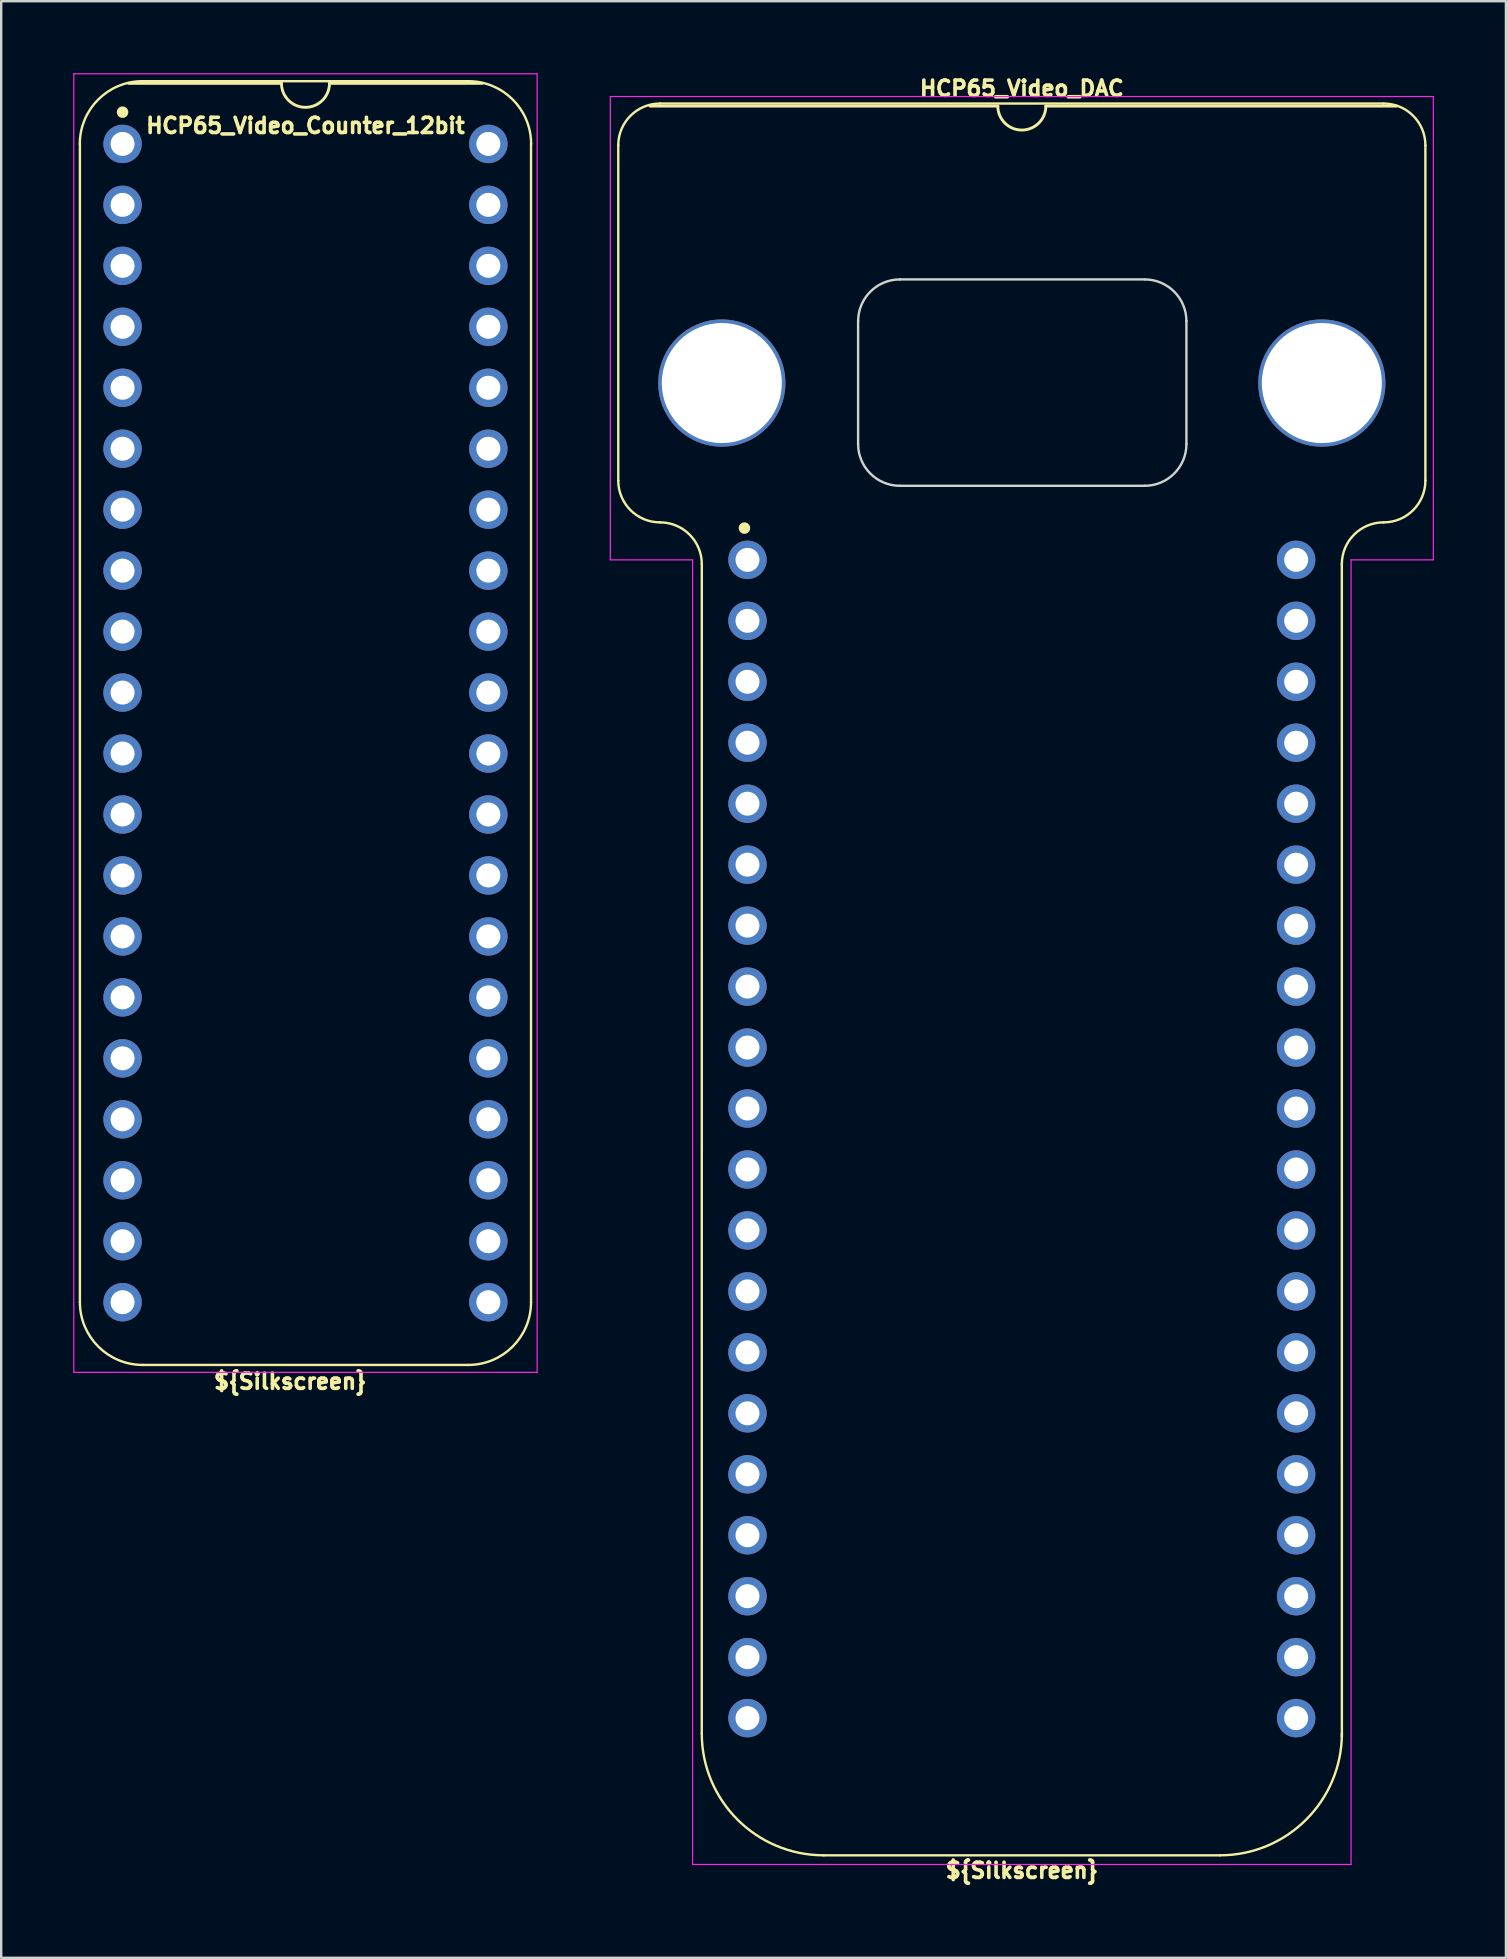
<source format=kicad_pcb>
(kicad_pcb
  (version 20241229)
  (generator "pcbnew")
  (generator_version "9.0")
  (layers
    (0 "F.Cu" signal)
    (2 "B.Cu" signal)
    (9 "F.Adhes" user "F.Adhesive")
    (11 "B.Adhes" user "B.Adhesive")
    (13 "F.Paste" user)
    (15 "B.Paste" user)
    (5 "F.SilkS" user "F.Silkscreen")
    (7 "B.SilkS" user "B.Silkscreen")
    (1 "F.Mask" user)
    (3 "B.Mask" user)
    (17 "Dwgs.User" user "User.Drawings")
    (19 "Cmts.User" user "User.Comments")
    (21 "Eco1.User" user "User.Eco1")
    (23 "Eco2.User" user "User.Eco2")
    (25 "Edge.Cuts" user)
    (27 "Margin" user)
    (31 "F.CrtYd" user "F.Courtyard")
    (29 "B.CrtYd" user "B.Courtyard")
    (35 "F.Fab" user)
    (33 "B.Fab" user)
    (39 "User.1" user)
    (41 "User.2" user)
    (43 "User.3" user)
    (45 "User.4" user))
  (footprint "HCP65_Video_DAC"
    (layer "F.Cu")
    (at 28.094 20.276)
    (property "Reference" "HCP65_Video_DAC" (at 11.43 -19.641 0) (layer "F.SilkS") (effects (font (size 0.635 0.635) (thickness 0.15))))
    (attr through_hole)
    (fp_line (start -5.384 -3.302) (end -5.384 -17.272) (stroke (width 0.1) (type default)) (layer "F.SilkS"))
    (fp_line (start -3.644 -19.013) (end 26.504 -19.013) (stroke (width 0.1) (type default)) (layer "F.SilkS"))
    (fp_line (start -1.903 0.179) (end -1.905 48.895) (stroke (width 0.1) (type solid)) (layer "F.SilkS"))
    (fp_line (start 10.43 -18.907) (end -4.064 -18.907) (stroke (width 0.12) (type solid)) (layer "F.SilkS"))
    (fp_line (start 19.685 53.975) (end 3.175 53.975) (stroke (width 0.1) (type solid)) (layer "F.SilkS"))
    (fp_line (start 24.765 49.022) (end 24.763 0.179) (stroke (width 0.1) (type solid)) (layer "F.SilkS"))
    (fp_line (start 27.051 -18.907) (end 12.43 -18.907) (stroke (width 0.12) (type solid)) (layer "F.SilkS"))
    (fp_line (start 28.244 -3.302) (end 28.244 -17.272) (stroke (width 0.1) (type default)) (layer "F.SilkS"))
    (fp_arc (start -5.384422 -17.272) (mid -4.874607 -18.502804) (end -3.643803 -19.012619) (stroke (width 0.1) (type default)) (layer "F.SilkS"))
    (fp_arc (start -3.643803 -1.561381) (mid -4.874605 -2.071197) (end -5.384422 -3.302) (stroke (width 0.1) (type default)) (layer "F.SilkS"))
    (fp_arc (start -3.643803 -1.561381) (mid -2.413007 -1.051559) (end -1.903184 0.179238) (stroke (width 0.1) (type default)) (layer "F.SilkS"))
    (fp_arc (start 3.175 53.975) (mid -0.417102 52.487102) (end -1.905 48.895) (stroke (width 0.1) (type solid)) (layer "F.SilkS"))
    (fp_arc (start 12.43 -18.907) (mid 11.43 -17.907) (end 10.43 -18.907) (stroke (width 0.12) (type solid)) (layer "F.SilkS"))
    (fp_arc (start 24.763183 0.179239) (mid 25.27298 -1.051583) (end 26.503802 -1.56138) (stroke (width 0.1) (type default)) (layer "F.SilkS"))
    (fp_arc (start 24.765 48.895) (mid 23.277102 52.487102) (end 19.685 53.975) (stroke (width 0.1) (type solid)) (layer "F.SilkS"))
    (fp_arc (start 26.503802 -19.012618) (mid 27.734633 -18.50283) (end 28.244421 -17.271999) (stroke (width 0.1) (type default)) (layer "F.SilkS"))
    (fp_arc (start 28.244421 -3.301999) (mid 27.734635 -2.071167) (end 26.503802 -1.56138) (stroke (width 0.1) (type default)) (layer "F.SilkS"))
    (fp_circle (center -0.127 -1.323) (end 0.053 -1.323) (stroke (width 0.12) (type solid)) (fill yes) (layer "F.SilkS"))
    (fp_line (start 4.609 -9.943) (end 4.609 -4.826) (stroke (width 0.1) (type default)) (layer "Edge.Cuts"))
    (fp_line (start 6.35 -11.684) (end 16.547 -11.684) (stroke (width 0.1) (type default)) (layer "Edge.Cuts"))
    (fp_line (start 16.547 -3.085) (end 6.35 -3.085) (stroke (width 0.1) (type default)) (layer "Edge.Cuts"))
    (fp_line (start 18.288 -9.943) (end 18.288 -4.826) (stroke (width 0.1) (type default)) (layer "Edge.Cuts"))
    (fp_arc (start 4.609381 -9.943381) (mid 5.119204 -11.174177) (end 6.35 -11.684) (stroke (width 0.1) (type default)) (layer "Edge.Cuts"))
    (fp_arc (start 6.35 -3.085381) (mid 5.119204 -3.595204) (end 4.609381 -4.826) (stroke (width 0.1) (type default)) (layer "Edge.Cuts"))
    (fp_arc (start 16.547381 -11.684) (mid 17.778177 -11.174177) (end 18.288 -9.943381) (stroke (width 0.1) (type default)) (layer "Edge.Cuts"))
    (fp_arc (start 18.288 -4.826) (mid 17.778177 -3.595204) (end 16.547381 -3.085381) (stroke (width 0.1) (type default)) (layer "Edge.Cuts"))
    (fp_line (start -5.715 -19.304) (end 28.575 -19.304) (stroke (width 0.05) (type solid)) (layer "F.CrtYd"))
    (fp_line (start -5.715 0) (end -5.715 -19.304) (stroke (width 0.05) (type solid)) (layer "F.CrtYd"))
    (fp_line (start -5.715 0) (end -2.286 0) (stroke (width 0.05) (type solid)) (layer "F.CrtYd"))
    (fp_line (start -2.286 0) (end -2.286 54.356) (stroke (width 0.05) (type solid)) (layer "F.CrtYd"))
    (fp_line (start -2.286 54.356) (end 25.146 54.356) (stroke (width 0.05) (type solid)) (layer "F.CrtYd"))
    (fp_line (start 25.146 0) (end 25.146 54.356) (stroke (width 0.05) (type solid)) (layer "F.CrtYd"))
    (fp_line (start 28.575 0) (end 25.146 0) (stroke (width 0.05) (type solid)) (layer "F.CrtYd"))
    (fp_line (start 28.575 0) (end 28.575 -19.304) (stroke (width 0.05) (type solid)) (layer "F.CrtYd"))
    (fp_text user "${Silkscreen}" (at 11.43 54.61 0) (layer "F.SilkS") (effects (font (size 0.635 0.635) (thickness 0.15))))
    (pad "" np_thru_hole circle (at -1.07 -7.366 180) (size 5.3 5.3) (drill 5) (layers "*.Cu" "*.Mask"))
    (pad "" np_thru_hole circle (at 23.93 -7.366 180) (size 5.3 5.3) (drill 5) (layers "*.Cu" "*.Mask"))
    (pad "1" thru_hole circle (at 0 0) (size 1.6 1.6) (drill 1) (layers "*.Cu" "*.Mask"))
    (pad "2" thru_hole circle (at 0 2.54) (size 1.6 1.6) (drill 1) (layers "*.Cu" "*.Mask"))
    (pad "3" thru_hole circle (at 0 5.08) (size 1.6 1.6) (drill 1) (layers "*.Cu" "*.Mask"))
    (pad "4" thru_hole circle (at 0 7.62) (size 1.6 1.6) (drill 1) (layers "*.Cu" "*.Mask"))
    (pad "5" thru_hole circle (at 0 10.16) (size 1.6 1.6) (drill 1) (layers "*.Cu" "*.Mask"))
    (pad "6" thru_hole circle (at 0 12.7) (size 1.6 1.6) (drill 1) (layers "*.Cu" "*.Mask"))
    (pad "7" thru_hole circle (at 0 15.24) (size 1.6 1.6) (drill 1) (layers "*.Cu" "*.Mask"))
    (pad "8" thru_hole circle (at 0 17.78) (size 1.6 1.6) (drill 1) (layers "*.Cu" "*.Mask"))
    (pad "9" thru_hole circle (at 0 20.32) (size 1.6 1.6) (drill 1) (layers "*.Cu" "*.Mask"))
    (pad "10" thru_hole circle (at 0 22.86) (size 1.6 1.6) (drill 1) (layers "*.Cu" "*.Mask"))
    (pad "11" thru_hole circle (at 0 25.4) (size 1.6 1.6) (drill 1) (layers "*.Cu" "*.Mask"))
    (pad "12" thru_hole circle (at 0 27.94) (size 1.6 1.6) (drill 1) (layers "*.Cu" "*.Mask"))
    (pad "13" thru_hole circle (at 0 30.48) (size 1.6 1.6) (drill 1) (layers "*.Cu" "*.Mask"))
    (pad "14" thru_hole circle (at 0 33.02) (size 1.6 1.6) (drill 1) (layers "*.Cu" "*.Mask"))
    (pad "15" thru_hole circle (at 0 35.56) (size 1.6 1.6) (drill 1) (layers "*.Cu" "*.Mask"))
    (pad "16" thru_hole circle (at 0 38.1) (size 1.6 1.6) (drill 1) (layers "*.Cu" "*.Mask"))
    (pad "17" thru_hole circle (at 0 40.64) (size 1.6 1.6) (drill 1) (layers "*.Cu" "*.Mask"))
    (pad "18" thru_hole circle (at 0 43.18) (size 1.6 1.6) (drill 1) (layers "*.Cu" "*.Mask"))
    (pad "19" thru_hole circle (at 0 45.72) (size 1.6 1.6) (drill 1) (layers "*.Cu" "*.Mask"))
    (pad "20" thru_hole circle (at 0 48.26) (size 1.6 1.6) (drill 1) (layers "*.Cu" "*.Mask"))
    (pad "21" thru_hole circle (at 22.86 48.26) (size 1.6 1.6) (drill 1) (layers "*.Cu" "*.Mask"))
    (pad "22" thru_hole circle (at 22.86 45.72) (size 1.6 1.6) (drill 1) (layers "*.Cu" "*.Mask"))
    (pad "23" thru_hole circle (at 22.86 43.18) (size 1.6 1.6) (drill 1) (layers "*.Cu" "*.Mask"))
    (pad "24" thru_hole circle (at 22.86 40.64) (size 1.6 1.6) (drill 1) (layers "*.Cu" "*.Mask"))
    (pad "25" thru_hole circle (at 22.86 38.1) (size 1.6 1.6) (drill 1) (layers "*.Cu" "*.Mask"))
    (pad "26" thru_hole circle (at 22.86 35.56) (size 1.6 1.6) (drill 1) (layers "*.Cu" "*.Mask"))
    (pad "27" thru_hole circle (at 22.86 33.02) (size 1.6 1.6) (drill 1) (layers "*.Cu" "*.Mask"))
    (pad "28" thru_hole circle (at 22.86 30.48) (size 1.6 1.6) (drill 1) (layers "*.Cu" "*.Mask"))
    (pad "29" thru_hole circle (at 22.86 27.94) (size 1.6 1.6) (drill 1) (layers "*.Cu" "*.Mask"))
    (pad "30" thru_hole circle (at 22.86 25.4) (size 1.6 1.6) (drill 1) (layers "*.Cu" "*.Mask"))
    (pad "31" thru_hole circle (at 22.86 22.86) (size 1.6 1.6) (drill 1) (layers "*.Cu" "*.Mask"))
    (pad "32" thru_hole circle (at 22.86 20.32) (size 1.6 1.6) (drill 1) (layers "*.Cu" "*.Mask"))
    (pad "33" thru_hole circle (at 22.86 17.78) (size 1.6 1.6) (drill 1) (layers "*.Cu" "*.Mask"))
    (pad "34" thru_hole circle (at 22.86 15.24) (size 1.6 1.6) (drill 1) (layers "*.Cu" "*.Mask"))
    (pad "35" thru_hole circle (at 22.86 12.7) (size 1.6 1.6) (drill 1) (layers "*.Cu" "*.Mask"))
    (pad "36" thru_hole circle (at 22.86 10.16) (size 1.6 1.6) (drill 1) (layers "*.Cu" "*.Mask"))
    (pad "37" thru_hole circle (at 22.86 7.62) (size 1.6 1.6) (drill 1) (layers "*.Cu" "*.Mask"))
    (pad "38" thru_hole circle (at 22.86 5.08) (size 1.6 1.6) (drill 1) (layers "*.Cu" "*.Mask"))
    (pad "39" thru_hole circle (at 22.86 2.54) (size 1.6 1.6) (drill 1) (layers "*.Cu" "*.Mask"))
    (pad "40" thru_hole circle (at 22.86 0) (size 1.6 1.6) (drill 1) (layers "*.Cu" "*.Mask")))
  (footprint "HCP65_Video_Counter_12bit"
    (layer "F.Cu")
    (at 2.057 2.946)
    (property "Reference" "HCP65_Video_Counter_12bit" (at 7.62 -0.762 0) (layer "F.SilkS") (effects (font (size 0.635 0.635) (thickness 0.15))))
    (attr through_hole)
    (fp_line (start -1.778 48.26) (end -1.778 0) (stroke (width 0.1) (type solid)) (layer "F.SilkS"))
    (fp_line (start 0.832 -2.614) (end 14.408 -2.614) (stroke (width 0.1) (type solid)) (layer "F.SilkS"))
    (fp_line (start 6.62 -2.524) (end 0.254 -2.524) (stroke (width 0.12) (type solid)) (layer "F.SilkS"))
    (fp_line (start 14.404 50.874) (end 0.836 50.874) (stroke (width 0.1) (type solid)) (layer "F.SilkS"))
    (fp_line (start 14.986 -2.524) (end 8.62 -2.524) (stroke (width 0.12) (type solid)) (layer "F.SilkS"))
    (fp_line (start 17.018 48.26) (end 17.018 0) (stroke (width 0.1) (type solid)) (layer "F.SilkS"))
    (fp_arc (start -1.781544 0) (mid -1.016 -1.848188) (end 0.832188 -2.613732) (stroke (width 0.1) (type solid)) (layer "F.SilkS"))
    (fp_arc (start 0.835733 50.873733) (mid -1.012456 50.108189) (end -1.778 48.26) (stroke (width 0.1) (type solid)) (layer "F.SilkS"))
    (fp_arc (start 8.62 -2.524) (mid 7.62 -1.524) (end 6.62 -2.524) (stroke (width 0.12) (type solid)) (layer "F.SilkS"))
    (fp_arc (start 14.407812 -2.613732) (mid 16.256 -1.848188) (end 17.021544 0) (stroke (width 0.1) (type solid)) (layer "F.SilkS"))
    (fp_arc (start 17.018001 48.260001) (mid 16.252456 50.108188) (end 14.404269 50.873733) (stroke (width 0.1) (type solid)) (layer "F.SilkS"))
    (fp_circle (center 0 -1.323) (end 0.18 -1.323) (stroke (width 0.12) (type solid)) (fill yes) (layer "F.SilkS"))
    (fp_line (start -2.032 -2.921) (end -2.032 51.181) (stroke (width 0.05) (type solid)) (layer "F.CrtYd"))
    (fp_line (start -2.032 -2.921) (end 17.272 -2.921) (stroke (width 0.05) (type solid)) (layer "F.CrtYd"))
    (fp_line (start -2.032 51.181) (end 17.272 51.181) (stroke (width 0.05) (type solid)) (layer "F.CrtYd"))
    (fp_line (start 17.272 -2.921) (end 17.272 51.181) (stroke (width 0.05) (type solid)) (layer "F.CrtYd"))
    (fp_text user "${Silkscreen}" (at 6.985 51.562 0) (layer "F.SilkS") (effects (font (size 0.635 0.635) (thickness 0.15))))
    (pad "1" thru_hole circle (at 0 0) (size 1.6 1.6) (drill 1) (layers "*.Cu" "*.Mask"))
    (pad "2" thru_hole circle (at 0 2.54) (size 1.6 1.6) (drill 1) (layers "*.Cu" "*.Mask"))
    (pad "3" thru_hole circle (at 0 5.08) (size 1.6 1.6) (drill 1) (layers "*.Cu" "*.Mask"))
    (pad "4" thru_hole circle (at 0 7.62) (size 1.6 1.6) (drill 1) (layers "*.Cu" "*.Mask"))
    (pad "5" thru_hole circle (at 0 10.16) (size 1.6 1.6) (drill 1) (layers "*.Cu" "*.Mask"))
    (pad "6" thru_hole circle (at 0 12.7) (size 1.6 1.6) (drill 1) (layers "*.Cu" "*.Mask"))
    (pad "7" thru_hole circle (at 0 15.24) (size 1.6 1.6) (drill 1) (layers "*.Cu" "*.Mask"))
    (pad "8" thru_hole circle (at 0 17.78) (size 1.6 1.6) (drill 1) (layers "*.Cu" "*.Mask"))
    (pad "9" thru_hole circle (at 0 20.32) (size 1.6 1.6) (drill 1) (layers "*.Cu" "*.Mask"))
    (pad "10" thru_hole circle (at 0 22.86) (size 1.6 1.6) (drill 1) (layers "*.Cu" "*.Mask"))
    (pad "11" thru_hole circle (at 0 25.4) (size 1.6 1.6) (drill 1) (layers "*.Cu" "*.Mask"))
    (pad "12" thru_hole circle (at 0 27.94) (size 1.6 1.6) (drill 1) (layers "*.Cu" "*.Mask"))
    (pad "13" thru_hole circle (at 0 30.48) (size 1.6 1.6) (drill 1) (layers "*.Cu" "*.Mask"))
    (pad "14" thru_hole circle (at 0 33.02) (size 1.6 1.6) (drill 1) (layers "*.Cu" "*.Mask"))
    (pad "15" thru_hole circle (at 0 35.56) (size 1.6 1.6) (drill 1) (layers "*.Cu" "*.Mask"))
    (pad "16" thru_hole circle (at 0 38.1) (size 1.6 1.6) (drill 1) (layers "*.Cu" "*.Mask"))
    (pad "17" thru_hole circle (at 0 40.64) (size 1.6 1.6) (drill 1) (layers "*.Cu" "*.Mask"))
    (pad "18" thru_hole circle (at 0 43.18) (size 1.6 1.6) (drill 1) (layers "*.Cu" "*.Mask"))
    (pad "19" thru_hole circle (at 0 45.72) (size 1.6 1.6) (drill 1) (layers "*.Cu" "*.Mask"))
    (pad "20" thru_hole circle (at 0 48.26) (size 1.6 1.6) (drill 1) (layers "*.Cu" "*.Mask"))
    (pad "21" thru_hole circle (at 15.24 48.26) (size 1.6 1.6) (drill 1) (layers "*.Cu" "*.Mask"))
    (pad "22" thru_hole circle (at 15.24 45.72) (size 1.6 1.6) (drill 1) (layers "*.Cu" "*.Mask"))
    (pad "23" thru_hole circle (at 15.24 43.18) (size 1.6 1.6) (drill 1) (layers "*.Cu" "*.Mask"))
    (pad "24" thru_hole circle (at 15.24 40.64) (size 1.6 1.6) (drill 1) (layers "*.Cu" "*.Mask"))
    (pad "25" thru_hole circle (at 15.24 38.1) (size 1.6 1.6) (drill 1) (layers "*.Cu" "*.Mask"))
    (pad "26" thru_hole circle (at 15.24 35.56) (size 1.6 1.6) (drill 1) (layers "*.Cu" "*.Mask"))
    (pad "27" thru_hole circle (at 15.24 33.02) (size 1.6 1.6) (drill 1) (layers "*.Cu" "*.Mask"))
    (pad "28" thru_hole circle (at 15.24 30.48) (size 1.6 1.6) (drill 1) (layers "*.Cu" "*.Mask"))
    (pad "29" thru_hole circle (at 15.24 27.94) (size 1.6 1.6) (drill 1) (layers "*.Cu" "*.Mask"))
    (pad "30" thru_hole circle (at 15.24 25.4) (size 1.6 1.6) (drill 1) (layers "*.Cu" "*.Mask"))
    (pad "31" thru_hole circle (at 15.24 22.86) (size 1.6 1.6) (drill 1) (layers "*.Cu" "*.Mask"))
    (pad "32" thru_hole circle (at 15.24 20.32) (size 1.6 1.6) (drill 1) (layers "*.Cu" "*.Mask"))
    (pad "33" thru_hole circle (at 15.24 17.78) (size 1.6 1.6) (drill 1) (layers "*.Cu" "*.Mask"))
    (pad "34" thru_hole circle (at 15.24 15.24) (size 1.6 1.6) (drill 1) (layers "*.Cu" "*.Mask"))
    (pad "35" thru_hole circle (at 15.24 12.7) (size 1.6 1.6) (drill 1) (layers "*.Cu" "*.Mask"))
    (pad "36" thru_hole circle (at 15.24 10.16) (size 1.6 1.6) (drill 1) (layers "*.Cu" "*.Mask"))
    (pad "37" thru_hole circle (at 15.24 7.62) (size 1.6 1.6) (drill 1) (layers "*.Cu" "*.Mask"))
    (pad "38" thru_hole circle (at 15.24 5.08) (size 1.6 1.6) (drill 1) (layers "*.Cu" "*.Mask"))
    (pad "39" thru_hole circle (at 15.24 2.54) (size 1.6 1.6) (drill 1) (layers "*.Cu" "*.Mask"))
    (pad "40" thru_hole circle (at 15.24 0) (size 1.6 1.6) (drill 1) (layers "*.Cu" "*.Mask")))
  (gr_rect
    (start -3 -3)
    (end 59.694 78.52)
    (stroke (width 0.1) (type default))
    (fill no)
    (layer "Edge.Cuts")))
</source>
